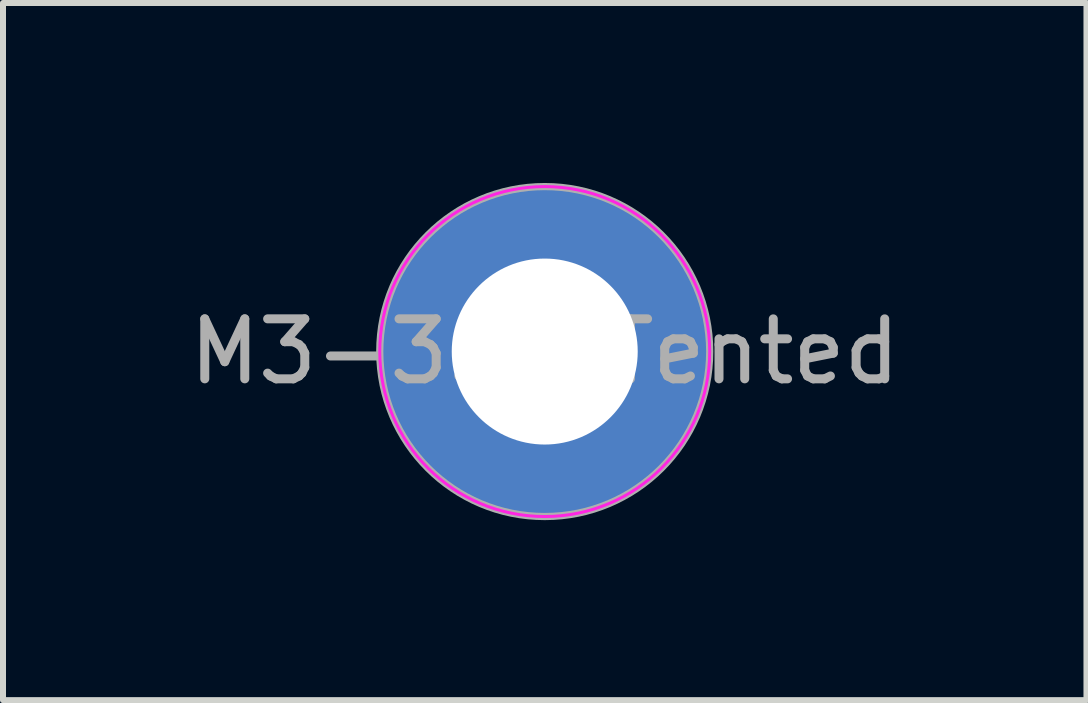
<source format=kicad_pcb>
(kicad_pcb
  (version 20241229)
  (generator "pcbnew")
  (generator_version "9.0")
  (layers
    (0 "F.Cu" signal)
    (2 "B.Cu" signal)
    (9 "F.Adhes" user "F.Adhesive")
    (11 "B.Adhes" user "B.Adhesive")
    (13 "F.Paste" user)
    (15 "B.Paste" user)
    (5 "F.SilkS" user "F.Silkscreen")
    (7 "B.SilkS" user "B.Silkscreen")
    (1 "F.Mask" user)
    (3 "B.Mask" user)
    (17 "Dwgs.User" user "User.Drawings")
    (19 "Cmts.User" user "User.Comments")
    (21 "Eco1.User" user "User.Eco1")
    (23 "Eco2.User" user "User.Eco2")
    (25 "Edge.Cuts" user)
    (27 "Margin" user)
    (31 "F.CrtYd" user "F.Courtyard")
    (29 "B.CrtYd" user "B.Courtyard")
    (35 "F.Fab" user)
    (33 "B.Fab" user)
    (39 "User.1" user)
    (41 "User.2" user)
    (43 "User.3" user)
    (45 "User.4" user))
  (footprint "M3-3.1-Tented"
    (layer "F.Cu")
    (at 6.03 2.81)
    (property "Reference" "M3-3.1-Tented" (at 0 0 0) (layer "Eco2.User") (effects (font (size 1 1) (thickness 0.15))))
    (attr through_hole)
    (fp_circle (center 0 0) (end 0.775 0) (stroke (width 1.55) (type solid)) (fill no) (layer "F.Mask"))
    (fp_circle (center 0 0) (end 0.775 0) (stroke (width 1.55) (type solid)) (fill no) (layer "B.Mask"))
    (fp_circle (center 0 0) (end 2.75 0) (stroke (width 0.05) (type solid)) (fill no) (layer "F.CrtYd"))
    (fp_circle (center 0 0) (end 2.75 0) (stroke (width 0.12) (type solid)) (fill no) (layer "F.Fab"))
    (fp_text user "${REFERENCE}" (at 0 0 0) (layer "F.Fab") (effects (font (size 1 1) (thickness 0.15))))
    (pad "1" thru_hole circle (at 0 0) (size 5.5 5.5) (drill 3.1) (layers "*.Cu")))
  (gr_rect
    (start -3 -3)
    (end 15.06 8.62)
    (stroke (width 0.1) (type default))
    (fill no)
    (layer "Edge.Cuts")))
</source>
